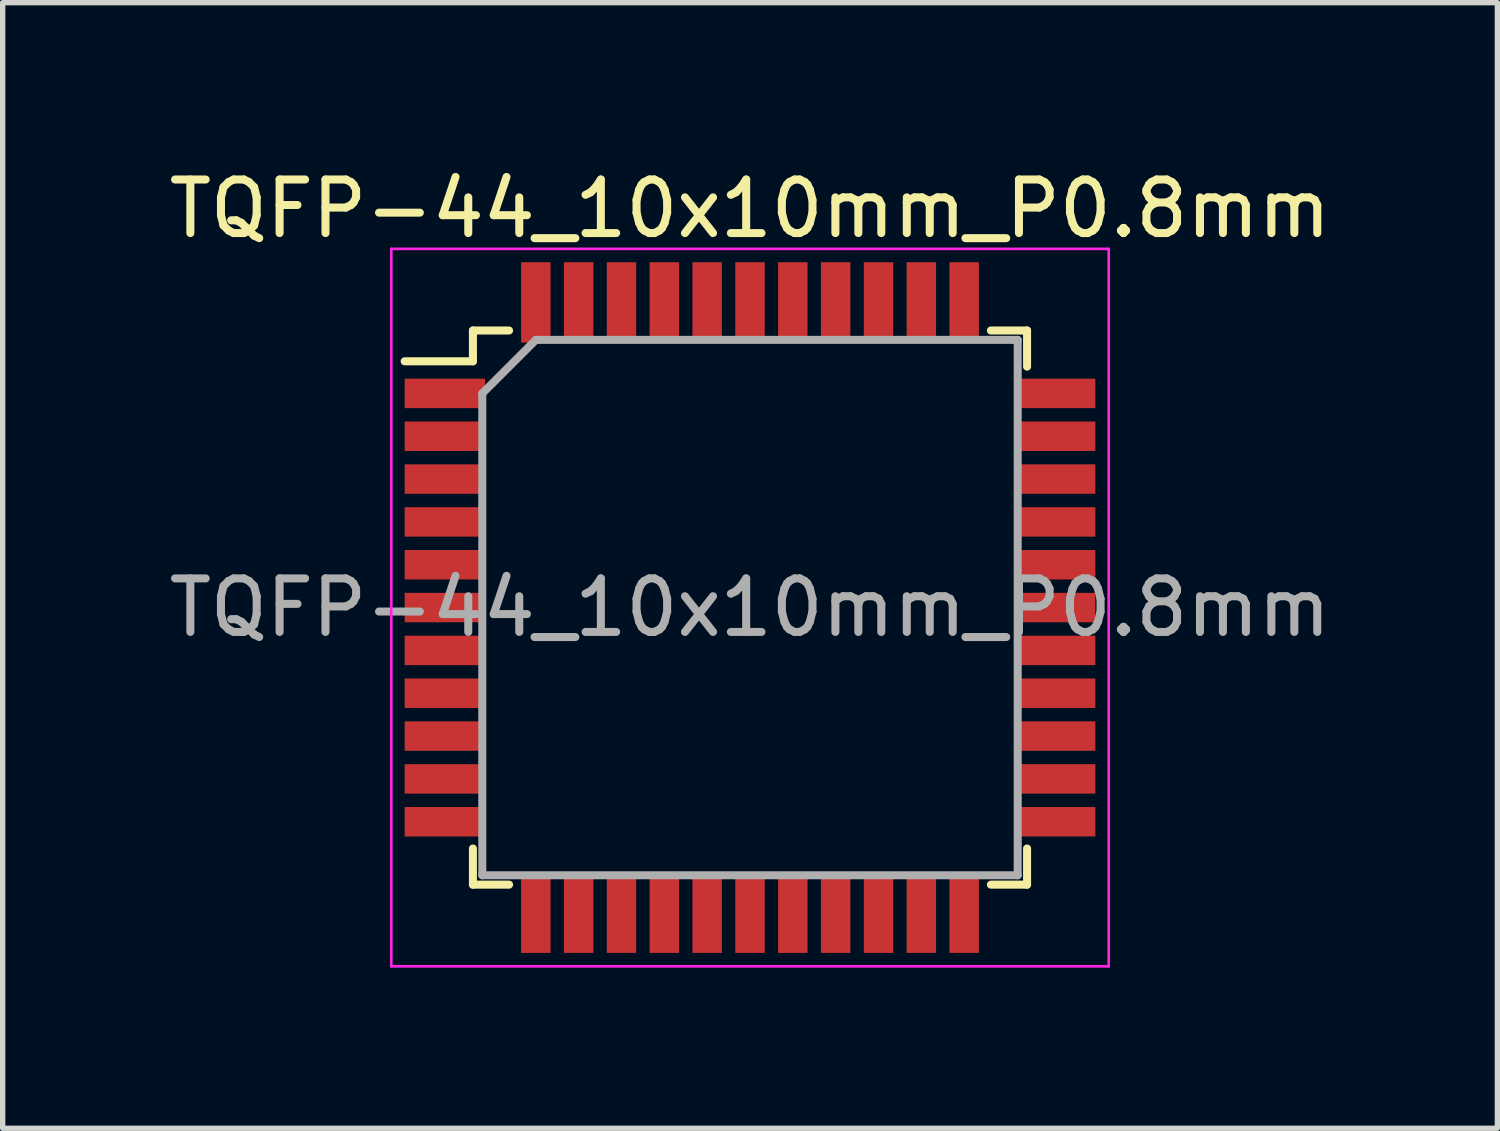
<source format=kicad_pcb>
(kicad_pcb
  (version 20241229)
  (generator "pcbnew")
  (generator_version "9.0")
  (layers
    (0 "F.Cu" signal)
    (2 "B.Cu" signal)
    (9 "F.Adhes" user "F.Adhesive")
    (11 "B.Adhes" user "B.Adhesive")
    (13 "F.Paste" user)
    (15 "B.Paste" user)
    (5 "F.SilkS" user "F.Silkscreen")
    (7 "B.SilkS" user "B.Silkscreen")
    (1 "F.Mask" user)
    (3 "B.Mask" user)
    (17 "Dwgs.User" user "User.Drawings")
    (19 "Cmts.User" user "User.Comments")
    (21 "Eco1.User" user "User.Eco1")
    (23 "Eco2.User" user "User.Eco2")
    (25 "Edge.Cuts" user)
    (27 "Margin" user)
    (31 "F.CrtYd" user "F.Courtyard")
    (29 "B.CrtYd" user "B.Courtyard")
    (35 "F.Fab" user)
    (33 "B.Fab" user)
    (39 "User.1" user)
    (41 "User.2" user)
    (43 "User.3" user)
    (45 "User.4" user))
  (footprint "TQFP-44_10x10mm_P0.8mm"
    (layer "F.Cu")
    (at 10.958 8.298)
    (property "Reference" "TQFP-44_10x10mm_P0.8mm" (at 0 -7.45 0) (layer "F.SilkS") (effects (font (size 1 1) (thickness 0.15))))
    (attr smd)
    (fp_line (start -5.175 -5.175) (end -5.175 -4.6) (stroke (width 0.15) (type solid)) (layer "F.SilkS"))
    (fp_line (start -5.175 -5.175) (end -4.5 -5.175) (stroke (width 0.15) (type solid)) (layer "F.SilkS"))
    (fp_line (start -5.175 -4.6) (end -6.45 -4.6) (stroke (width 0.15) (type solid)) (layer "F.SilkS"))
    (fp_line (start -5.175 5.175) (end -5.175 4.5) (stroke (width 0.15) (type solid)) (layer "F.SilkS"))
    (fp_line (start -5.175 5.175) (end -4.5 5.175) (stroke (width 0.15) (type solid)) (layer "F.SilkS"))
    (fp_line (start 5.175 -5.175) (end 4.5 -5.175) (stroke (width 0.15) (type solid)) (layer "F.SilkS"))
    (fp_line (start 5.175 -5.175) (end 5.175 -4.5) (stroke (width 0.15) (type solid)) (layer "F.SilkS"))
    (fp_line (start 5.175 5.175) (end 4.5 5.175) (stroke (width 0.15) (type solid)) (layer "F.SilkS"))
    (fp_line (start 5.175 5.175) (end 5.175 4.5) (stroke (width 0.15) (type solid)) (layer "F.SilkS"))
    (fp_line (start -6.7 -6.7) (end -6.7 6.7) (stroke (width 0.05) (type solid)) (layer "F.CrtYd"))
    (fp_line (start -6.7 -6.7) (end 6.7 -6.7) (stroke (width 0.05) (type solid)) (layer "F.CrtYd"))
    (fp_line (start -6.7 6.7) (end 6.7 6.7) (stroke (width 0.05) (type solid)) (layer "F.CrtYd"))
    (fp_line (start 6.7 -6.7) (end 6.7 6.7) (stroke (width 0.05) (type solid)) (layer "F.CrtYd"))
    (fp_line (start -5 -4) (end -4 -5) (stroke (width 0.15) (type solid)) (layer "F.Fab"))
    (fp_line (start -5 5) (end -5 -4) (stroke (width 0.15) (type solid)) (layer "F.Fab"))
    (fp_line (start -4 -5) (end 5 -5) (stroke (width 0.15) (type solid)) (layer "F.Fab"))
    (fp_line (start 5 -5) (end 5 5) (stroke (width 0.15) (type solid)) (layer "F.Fab"))
    (fp_line (start 5 5) (end -5 5) (stroke (width 0.15) (type solid)) (layer "F.Fab"))
    (fp_text user "${REFERENCE}" (at 0 0 0) (layer "F.Fab") (effects (font (size 1 1) (thickness 0.15))))
    (pad "1" smd rect (at -5.7 -4) (size 1.5 0.55) (layers "F.Cu" "F.Mask" "F.Paste"))
    (pad "2" smd rect (at -5.7 -3.2) (size 1.5 0.55) (layers "F.Cu" "F.Mask" "F.Paste"))
    (pad "3" smd rect (at -5.7 -2.4) (size 1.5 0.55) (layers "F.Cu" "F.Mask" "F.Paste"))
    (pad "4" smd rect (at -5.7 -1.6) (size 1.5 0.55) (layers "F.Cu" "F.Mask" "F.Paste"))
    (pad "5" smd rect (at -5.7 -0.8) (size 1.5 0.55) (layers "F.Cu" "F.Mask" "F.Paste"))
    (pad "6" smd rect (at -5.7 0) (size 1.5 0.55) (layers "F.Cu" "F.Mask" "F.Paste"))
    (pad "7" smd rect (at -5.7 0.8) (size 1.5 0.55) (layers "F.Cu" "F.Mask" "F.Paste"))
    (pad "8" smd rect (at -5.7 1.6) (size 1.5 0.55) (layers "F.Cu" "F.Mask" "F.Paste"))
    (pad "9" smd rect (at -5.7 2.4) (size 1.5 0.55) (layers "F.Cu" "F.Mask" "F.Paste"))
    (pad "10" smd rect (at -5.7 3.2) (size 1.5 0.55) (layers "F.Cu" "F.Mask" "F.Paste"))
    (pad "11" smd rect (at -5.7 4) (size 1.5 0.55) (layers "F.Cu" "F.Mask" "F.Paste"))
    (pad "12" smd rect (at -4 5.7 90) (size 1.5 0.55) (layers "F.Cu" "F.Mask" "F.Paste"))
    (pad "13" smd rect (at -3.2 5.7 90) (size 1.5 0.55) (layers "F.Cu" "F.Mask" "F.Paste"))
    (pad "14" smd rect (at -2.4 5.7 90) (size 1.5 0.55) (layers "F.Cu" "F.Mask" "F.Paste"))
    (pad "15" smd rect (at -1.6 5.7 90) (size 1.5 0.55) (layers "F.Cu" "F.Mask" "F.Paste"))
    (pad "16" smd rect (at -0.8 5.7 90) (size 1.5 0.55) (layers "F.Cu" "F.Mask" "F.Paste"))
    (pad "17" smd rect (at 0 5.7 90) (size 1.5 0.55) (layers "F.Cu" "F.Mask" "F.Paste"))
    (pad "18" smd rect (at 0.8 5.7 90) (size 1.5 0.55) (layers "F.Cu" "F.Mask" "F.Paste"))
    (pad "19" smd rect (at 1.6 5.7 90) (size 1.5 0.55) (layers "F.Cu" "F.Mask" "F.Paste"))
    (pad "20" smd rect (at 2.4 5.7 90) (size 1.5 0.55) (layers "F.Cu" "F.Mask" "F.Paste"))
    (pad "21" smd rect (at 3.2 5.7 90) (size 1.5 0.55) (layers "F.Cu" "F.Mask" "F.Paste"))
    (pad "22" smd rect (at 4 5.7 90) (size 1.5 0.55) (layers "F.Cu" "F.Mask" "F.Paste"))
    (pad "23" smd rect (at 5.7 4) (size 1.5 0.55) (layers "F.Cu" "F.Mask" "F.Paste"))
    (pad "24" smd rect (at 5.7 3.2) (size 1.5 0.55) (layers "F.Cu" "F.Mask" "F.Paste"))
    (pad "25" smd rect (at 5.7 2.4) (size 1.5 0.55) (layers "F.Cu" "F.Mask" "F.Paste"))
    (pad "26" smd rect (at 5.7 1.6) (size 1.5 0.55) (layers "F.Cu" "F.Mask" "F.Paste"))
    (pad "27" smd rect (at 5.7 0.8) (size 1.5 0.55) (layers "F.Cu" "F.Mask" "F.Paste"))
    (pad "28" smd rect (at 5.7 0) (size 1.5 0.55) (layers "F.Cu" "F.Mask" "F.Paste"))
    (pad "29" smd rect (at 5.7 -0.8) (size 1.5 0.55) (layers "F.Cu" "F.Mask" "F.Paste"))
    (pad "30" smd rect (at 5.7 -1.6) (size 1.5 0.55) (layers "F.Cu" "F.Mask" "F.Paste"))
    (pad "31" smd rect (at 5.7 -2.4) (size 1.5 0.55) (layers "F.Cu" "F.Mask" "F.Paste"))
    (pad "32" smd rect (at 5.7 -3.2) (size 1.5 0.55) (layers "F.Cu" "F.Mask" "F.Paste"))
    (pad "33" smd rect (at 5.7 -4) (size 1.5 0.55) (layers "F.Cu" "F.Mask" "F.Paste"))
    (pad "34" smd rect (at 4 -5.7 90) (size 1.5 0.55) (layers "F.Cu" "F.Mask" "F.Paste"))
    (pad "35" smd rect (at 3.2 -5.7 90) (size 1.5 0.55) (layers "F.Cu" "F.Mask" "F.Paste"))
    (pad "36" smd rect (at 2.4 -5.7 90) (size 1.5 0.55) (layers "F.Cu" "F.Mask" "F.Paste"))
    (pad "37" smd rect (at 1.6 -5.7 90) (size 1.5 0.55) (layers "F.Cu" "F.Mask" "F.Paste"))
    (pad "38" smd rect (at 0.8 -5.7 90) (size 1.5 0.55) (layers "F.Cu" "F.Mask" "F.Paste"))
    (pad "39" smd rect (at 0 -5.7 90) (size 1.5 0.55) (layers "F.Cu" "F.Mask" "F.Paste"))
    (pad "40" smd rect (at -0.8 -5.7 90) (size 1.5 0.55) (layers "F.Cu" "F.Mask" "F.Paste"))
    (pad "41" smd rect (at -1.6 -5.7 90) (size 1.5 0.55) (layers "F.Cu" "F.Mask" "F.Paste"))
    (pad "42" smd rect (at -2.4 -5.7 90) (size 1.5 0.55) (layers "F.Cu" "F.Mask" "F.Paste"))
    (pad "43" smd rect (at -3.2 -5.7 90) (size 1.5 0.55) (layers "F.Cu" "F.Mask" "F.Paste"))
    (pad "44" smd rect (at -4 -5.7 90) (size 1.5 0.55) (layers "F.Cu" "F.Mask" "F.Paste")))
  (gr_rect
    (start -3 -3)
    (end 24.917 18.023)
    (stroke (width 0.1) (type default))
    (fill no)
    (layer "Edge.Cuts")))
</source>
